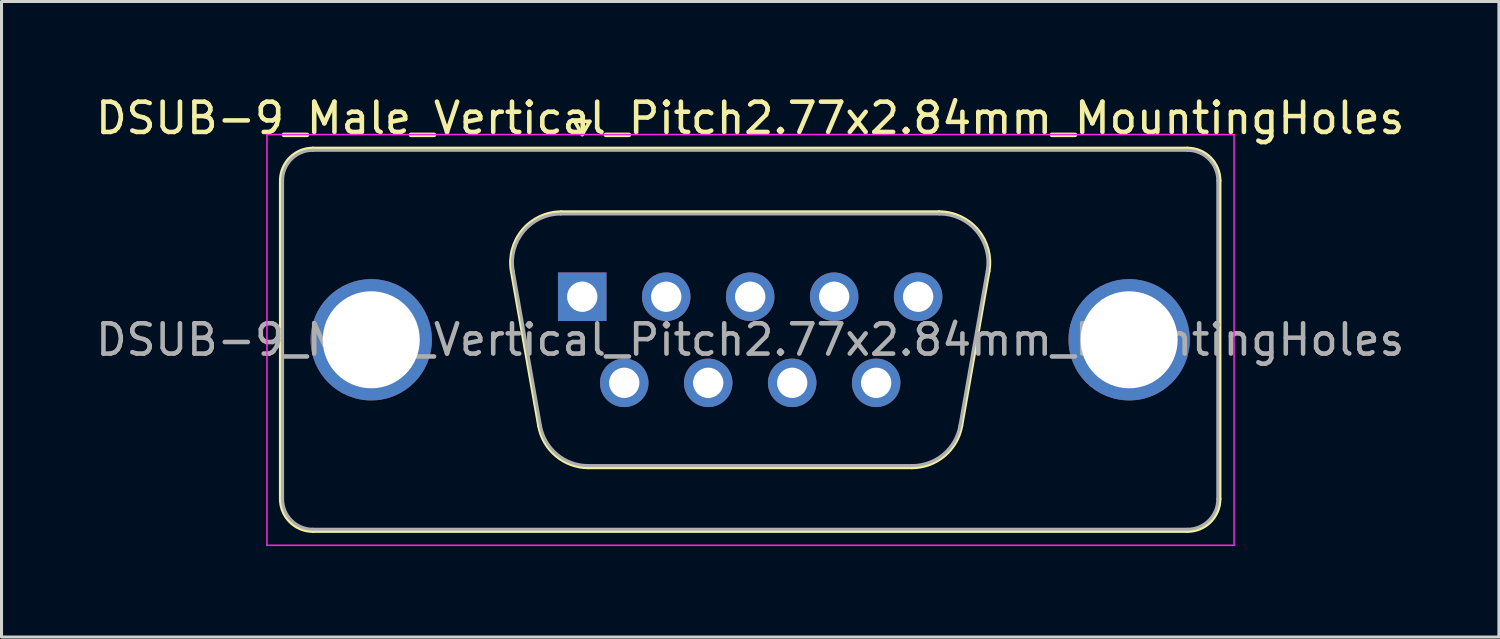
<source format=kicad_pcb>
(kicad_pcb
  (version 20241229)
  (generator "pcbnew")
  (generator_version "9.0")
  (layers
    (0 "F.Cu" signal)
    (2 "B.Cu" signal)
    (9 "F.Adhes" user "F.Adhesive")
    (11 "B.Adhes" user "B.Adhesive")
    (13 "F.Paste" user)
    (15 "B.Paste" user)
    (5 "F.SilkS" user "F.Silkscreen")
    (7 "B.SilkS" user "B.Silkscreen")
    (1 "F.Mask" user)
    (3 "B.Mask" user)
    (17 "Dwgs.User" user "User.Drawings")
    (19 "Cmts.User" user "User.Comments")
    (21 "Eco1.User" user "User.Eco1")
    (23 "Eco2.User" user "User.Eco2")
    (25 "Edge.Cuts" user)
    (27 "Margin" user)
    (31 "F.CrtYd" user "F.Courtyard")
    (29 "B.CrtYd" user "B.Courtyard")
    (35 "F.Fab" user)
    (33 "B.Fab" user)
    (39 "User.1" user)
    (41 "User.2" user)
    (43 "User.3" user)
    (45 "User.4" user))
  (footprint "DSUB-9_Male_Vertical_Pitch2.77x2.84mm_MountingHoles"
    (layer "F.Cu")
    (at 16.156 6.738)
    (property "Reference" "DSUB-9_Male_Vertical_Pitch2.77x2.84mm_MountingHoles" (at 5.54 -5.89 0) (layer "F.SilkS") (effects (font (size 1 1) (thickness 0.15))))
    (attr through_hole)
    (fp_line (start -9.945 6.67) (end -9.945 -3.83) (stroke (width 0.12) (type solid)) (layer "F.SilkS"))
    (fp_line (start -8.885 -4.89) (end 19.965 -4.89) (stroke (width 0.12) (type solid)) (layer "F.SilkS"))
    (fp_line (start -2.326 -0.842) (end -1.427 4.258) (stroke (width 0.12) (type solid)) (layer "F.SilkS"))
    (fp_line (start -0.692 -2.79) (end 11.772 -2.79) (stroke (width 0.12) (type solid)) (layer "F.SilkS"))
    (fp_line (start -0.25 -5.784) (end 0.25 -5.784) (stroke (width 0.12) (type solid)) (layer "F.SilkS"))
    (fp_line (start 0 -5.351) (end -0.25 -5.784) (stroke (width 0.12) (type solid)) (layer "F.SilkS"))
    (fp_line (start 0.208 5.63) (end 10.872 5.63) (stroke (width 0.12) (type solid)) (layer "F.SilkS"))
    (fp_line (start 0.25 -5.784) (end 0 -5.351) (stroke (width 0.12) (type solid)) (layer "F.SilkS"))
    (fp_line (start 13.406 -0.842) (end 12.507 4.258) (stroke (width 0.12) (type solid)) (layer "F.SilkS"))
    (fp_line (start 19.965 7.73) (end -8.885 7.73) (stroke (width 0.12) (type solid)) (layer "F.SilkS"))
    (fp_line (start 21.025 -3.83) (end 21.025 6.67) (stroke (width 0.12) (type solid)) (layer "F.SilkS"))
    (fp_arc (start -9.945 -3.83) (mid -9.634533 -4.579533) (end -8.885 -4.89) (stroke (width 0.12) (type solid)) (layer "F.SilkS"))
    (fp_arc (start -8.885 7.73) (mid -9.634533 7.419533) (end -9.945 6.67) (stroke (width 0.12) (type solid)) (layer "F.SilkS"))
    (fp_arc (start -2.32647 -0.841744) (mid -1.963323 -2.197028) (end -0.691689 -2.79) (stroke (width 0.12) (type solid)) (layer "F.SilkS"))
    (fp_arc (start 0.207579 5.63) (mid -0.859448 5.241634) (end -1.427202 4.258256) (stroke (width 0.12) (type solid)) (layer "F.SilkS"))
    (fp_arc (start 11.771689 -2.79) (mid 13.043323 -2.197027) (end 13.40647 -0.841744) (stroke (width 0.12) (type solid)) (layer "F.SilkS"))
    (fp_arc (start 12.507202 4.258256) (mid 11.939449 5.241634) (end 10.872421 5.63) (stroke (width 0.12) (type solid)) (layer "F.SilkS"))
    (fp_arc (start 19.965 -4.89) (mid 20.714533 -4.579533) (end 21.025 -3.83) (stroke (width 0.12) (type solid)) (layer "F.SilkS"))
    (fp_arc (start 21.025 6.67) (mid 20.714533 7.419533) (end 19.965 7.73) (stroke (width 0.12) (type solid)) (layer "F.SilkS"))
    (fp_line (start -10.4 -5.35) (end -10.4 8.2) (stroke (width 0.05) (type solid)) (layer "F.CrtYd"))
    (fp_line (start -10.4 8.2) (end 21.5 8.2) (stroke (width 0.05) (type solid)) (layer "F.CrtYd"))
    (fp_line (start 21.5 -5.35) (end -10.4 -5.35) (stroke (width 0.05) (type solid)) (layer "F.CrtYd"))
    (fp_line (start 21.5 8.2) (end 21.5 -5.35) (stroke (width 0.05) (type solid)) (layer "F.CrtYd"))
    (fp_line (start -9.885 6.67) (end -9.885 -3.83) (stroke (width 0.1) (type solid)) (layer "F.Fab"))
    (fp_line (start -8.885 -4.83) (end 19.965 -4.83) (stroke (width 0.1) (type solid)) (layer "F.Fab"))
    (fp_line (start -2.279 -0.852) (end -1.38 4.248) (stroke (width 0.1) (type solid)) (layer "F.Fab"))
    (fp_line (start -0.703 -2.73) (end 11.783 -2.73) (stroke (width 0.1) (type solid)) (layer "F.Fab"))
    (fp_line (start 0.196 5.57) (end 10.884 5.57) (stroke (width 0.1) (type solid)) (layer "F.Fab"))
    (fp_line (start 13.359 -0.852) (end 12.46 4.248) (stroke (width 0.1) (type solid)) (layer "F.Fab"))
    (fp_line (start 19.965 7.67) (end -8.885 7.67) (stroke (width 0.1) (type solid)) (layer "F.Fab"))
    (fp_line (start 20.965 -3.83) (end 20.965 6.67) (stroke (width 0.1) (type solid)) (layer "F.Fab"))
    (fp_arc (start -9.885 -3.83) (mid -9.592107 -4.537107) (end -8.885 -4.83) (stroke (width 0.1) (type solid)) (layer "F.Fab"))
    (fp_arc (start -8.885 7.67) (mid -9.592107 7.377107) (end -9.885 6.67) (stroke (width 0.1) (type solid)) (layer "F.Fab"))
    (fp_arc (start -2.278886 -0.852163) (mid -1.928865 -2.15846) (end -0.703194 -2.73) (stroke (width 0.1) (type solid)) (layer "F.Fab"))
    (fp_arc (start 0.196073 5.57) (mid -0.832387 5.195671) (end -1.379619 4.247837) (stroke (width 0.1) (type solid)) (layer "F.Fab"))
    (fp_arc (start 11.783194 -2.73) (mid 13.008865 -2.15846) (end 13.358886 -0.852163) (stroke (width 0.1) (type solid)) (layer "F.Fab"))
    (fp_arc (start 12.459619 4.247837) (mid 11.912387 5.195671) (end 10.883927 5.57) (stroke (width 0.1) (type solid)) (layer "F.Fab"))
    (fp_arc (start 19.965 -4.83) (mid 20.672107 -4.537107) (end 20.965 -3.83) (stroke (width 0.1) (type solid)) (layer "F.Fab"))
    (fp_arc (start 20.965 6.67) (mid 20.672107 7.377107) (end 19.965 7.67) (stroke (width 0.1) (type solid)) (layer "F.Fab"))
    (fp_text user "${REFERENCE}" (at 5.54 1.42 0) (layer "F.Fab") (effects (font (size 1 1) (thickness 0.15))))
    (pad "0" thru_hole circle (at -6.96 1.42) (size 4 4) (drill 3.2) (layers "*.Cu" "*.Mask"))
    (pad "0" thru_hole circle (at 18.04 1.42) (size 4 4) (drill 3.2) (layers "*.Cu" "*.Mask"))
    (pad "1" thru_hole rect (at 0 0) (size 1.6 1.6) (drill 1) (layers "*.Cu" "*.Mask"))
    (pad "2" thru_hole circle (at 2.77 0) (size 1.6 1.6) (drill 1) (layers "*.Cu" "*.Mask"))
    (pad "3" thru_hole circle (at 5.54 0) (size 1.6 1.6) (drill 1) (layers "*.Cu" "*.Mask"))
    (pad "4" thru_hole circle (at 8.31 0) (size 1.6 1.6) (drill 1) (layers "*.Cu" "*.Mask"))
    (pad "5" thru_hole circle (at 11.08 0) (size 1.6 1.6) (drill 1) (layers "*.Cu" "*.Mask"))
    (pad "6" thru_hole circle (at 1.385 2.84) (size 1.6 1.6) (drill 1) (layers "*.Cu" "*.Mask"))
    (pad "7" thru_hole circle (at 4.155 2.84) (size 1.6 1.6) (drill 1) (layers "*.Cu" "*.Mask"))
    (pad "8" thru_hole circle (at 6.925 2.84) (size 1.6 1.6) (drill 1) (layers "*.Cu" "*.Mask"))
    (pad "9" thru_hole circle (at 9.695 2.84) (size 1.6 1.6) (drill 1) (layers "*.Cu" "*.Mask")))
  (gr_rect
    (start -3 -3)
    (end 46.393 17.963)
    (stroke (width 0.1) (type default))
    (fill no)
    (layer "Edge.Cuts")))
</source>
